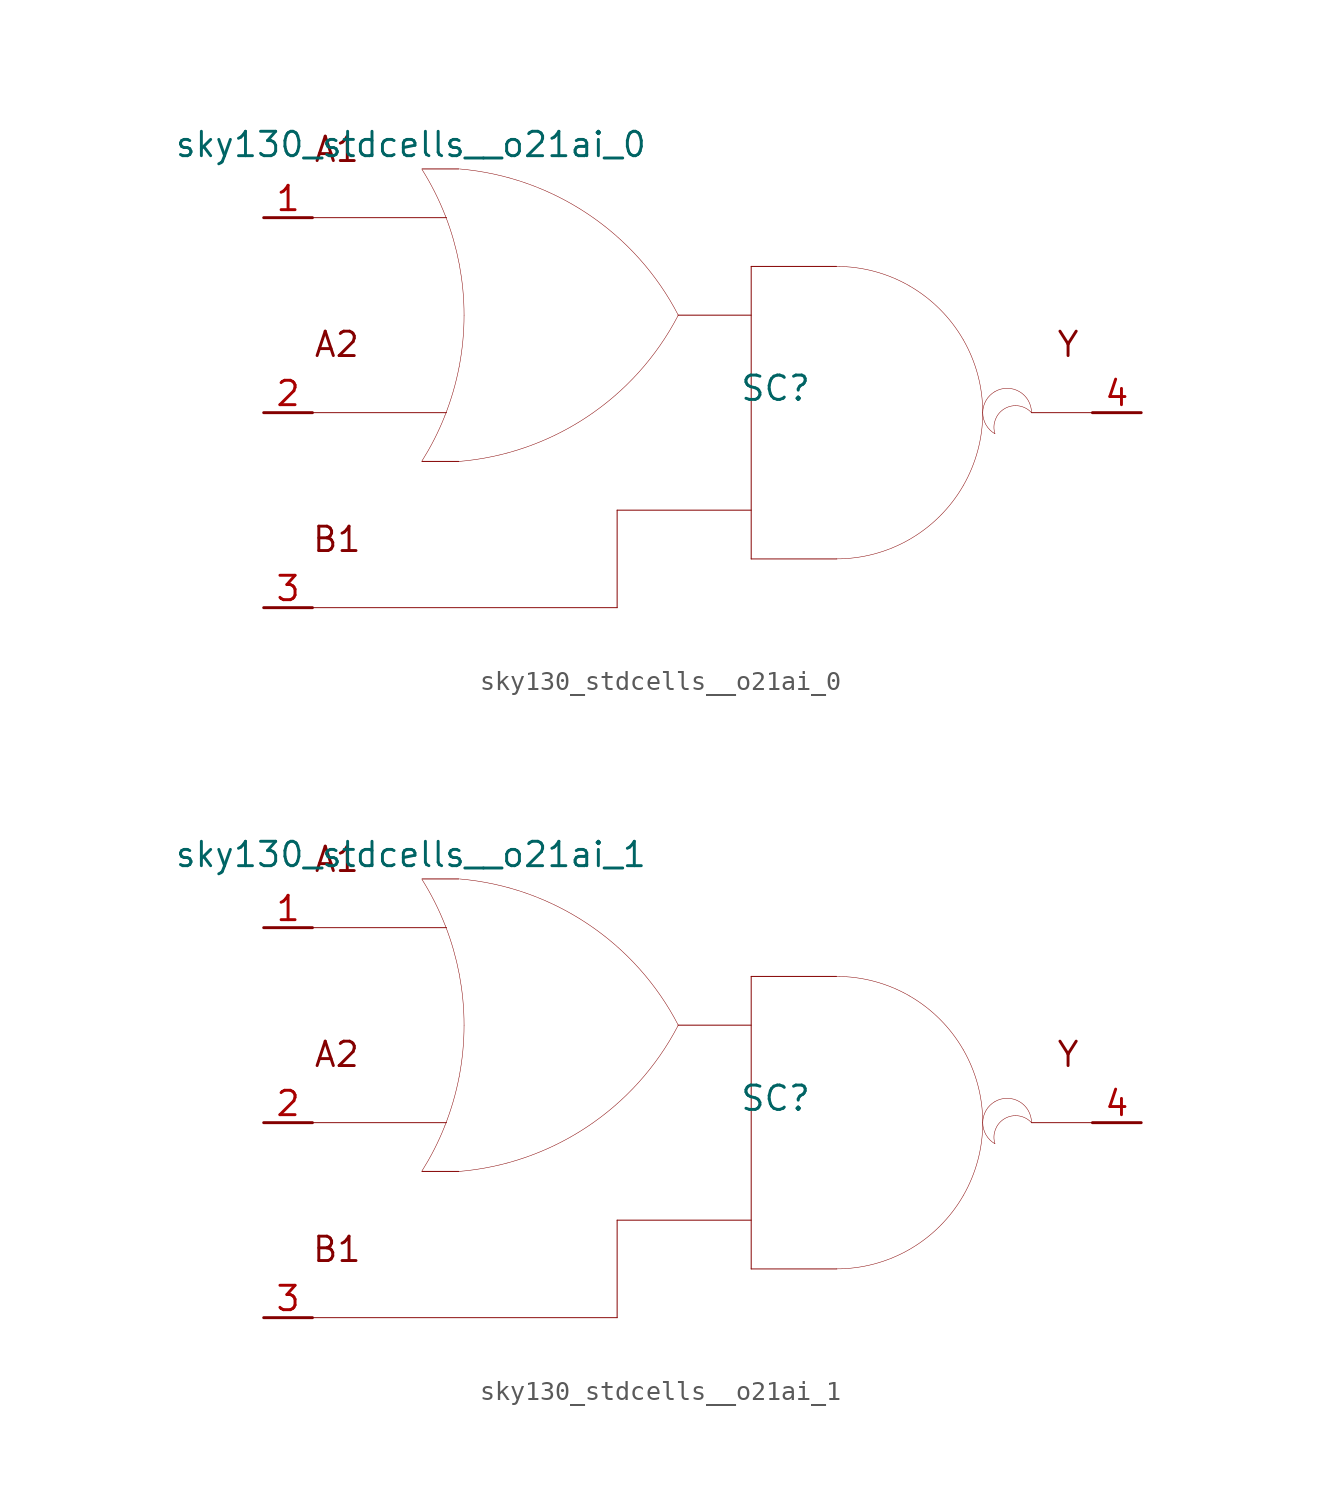
<source format=kicad_sym>
(kicad_symbol_lib
  (version 20211014)
  (generator kicad_symbol_editor)
  (symbol "sky130_stdcells__o21ai_0"
    (pin_names hide)
    (property "Reference" "SC"
      (at 3.81 1.27 0)
      (effects (font (size 1.27 1.27))))
    (property "Value" "sky130_stdcells__o21ai_0"
      (at -2.845 13.97 0)
      (effects (font (size 1.27 1.27)) (justify right)))
    (symbol "sky130_stdcells__o21ai_0_0_0"
      (arc (start -14.6255 -2.5342) (mid -13.968 -1.378) (end -13.4212 -0.1656) (stroke (width 0.0254) (type default) (color 0 0 0 0)) (fill (type none)))
      (arc (start -13.4212 -0.1656) (mid -12.9863 1.1045) (end -12.673 2.4099) (stroke (width 0.0254) (type default) (color 0 0 0 0)) (fill (type none)))
      (arc (start -13.403 10.2793) (mid -13.9512 11.5048) (end -14.6123 12.6732) (stroke (width 0.0254) (type default) (color 0 0 0 0)) (fill (type none)))
      (arc (start -12.705 -2.5431) (mid -6.011 -0.2186) (end -1.2741 5.0516) (stroke (width 0.0254) (type default) (color 0 0 0 0)) (fill (type none)))
      (arc (start -12.673 2.4099) (mid -12.4838 3.739) (end -12.4206 5.08) (stroke (width 0.0254) (type default) (color 0 0 0 0)) (fill (type none)))
      (arc (start -12.6684 7.7256) (mid -12.9761 9.0196) (end -13.403 10.2793) (stroke (width 0.0254) (type default) (color 0 0 0 0)) (fill (type none)))
      (arc (start -12.4206 5.08) (mid -12.4827 6.4086) (end -12.6684 7.7256) (stroke (width 0.0254) (type default) (color 0 0 0 0)) (fill (type none)))
      (arc (start -1.2513 5.0644) (mid -5.9698 10.351) (end -12.6556 12.6989) (stroke (width 0.0254) (type default) (color 0 0 0 0)) (fill (type none)))
      (polyline (pts (xy -20.32 -10.16) (xy -4.445 -10.16)) (stroke (width 0.051) (type default) (color 0 0 0 0)) (fill (type none)))
      (polyline (pts (xy -20.32 0) (xy -13.335 0)) (stroke (width 0.051) (type default) (color 0 0 0 0)) (fill (type none)))
      (polyline (pts (xy -20.32 10.16) (xy -13.335 10.16)) (stroke (width 0.051) (type default) (color 0 0 0 0)) (fill (type none)))
      (polyline (pts (xy -14.605 -2.54) (xy -12.7 -2.54)) (stroke (width 0.051) (type default) (color 0 0 0 0)) (fill (type none)))
      (polyline (pts (xy -14.605 12.7) (xy -12.7 12.7)) (stroke (width 0.051) (type default) (color 0 0 0 0)) (fill (type none)))
      (polyline (pts (xy -4.445 -5.08) (xy -4.445 -10.16)) (stroke (width 0.051) (type default) (color 0 0 0 0)) (fill (type none)))
      (polyline (pts (xy -4.445 -5.08) (xy 2.54 -5.08)) (stroke (width 0.051) (type default) (color 0 0 0 0)) (fill (type none)))
      (polyline (pts (xy -1.27 5.08) (xy 2.54 5.08)) (stroke (width 0.051) (type default) (color 0 0 0 0)) (fill (type none)))
      (polyline (pts (xy 2.54 -7.62) (xy 6.985 -7.62)) (stroke (width 0.051) (type default) (color 0 0 0 0)) (fill (type none)))
      (polyline (pts (xy 2.54 7.62) (xy 2.54 -7.62)) (stroke (width 0.051) (type default) (color 0 0 0 0)) (fill (type none)))
      (polyline (pts (xy 2.54 7.62) (xy 6.985 7.62)) (stroke (width 0.051) (type default) (color 0 0 0 0)) (fill (type none)))
      (polyline (pts (xy 17.145 0) (xy 20.32 0)) (stroke (width 0.051) (type default) (color 0 0 0 0)) (fill (type none)))
      (arc (start 6.985 -7.62) (mid 8.9572 -7.3604) (end 10.795 -6.5991) (stroke (width 0.0254) (type default) (color 0 0 0 0)) (fill (type none)))
      (arc (start 10.795 -6.5991) (mid 12.3731 -5.3881) (end 13.5841 -3.81) (stroke (width 0.0254) (type default) (color 0 0 0 0)) (fill (type none)))
      (arc (start 10.795 6.5991) (mid 8.9572 7.3603) (end 6.985 7.62) (stroke (width 0.0254) (type default) (color 0 0 0 0)) (fill (type none)))
      (arc (start 13.5841 -3.81) (mid 14.3453 -1.9722) (end 14.605 0) (stroke (width 0.0254) (type default) (color 0 0 0 0)) (fill (type none)))
      (arc (start 13.5841 3.81) (mid 12.3731 5.3881) (end 10.795 6.5991) (stroke (width 0.0254) (type default) (color 0 0 0 0)) (fill (type none)))
      (arc (start 14.605 0) (mid 14.3454 1.9722) (end 13.5841 3.81) (stroke (width 0.0254) (type default) (color 0 0 0 0)) (fill (type none)))
      (arc (start 15.24 1.0999) (mid 14.605 0) (end 15.24 -1.0999) (stroke (width 0.0254) (type default) (color 0 0 0 0)) (fill (type none)))
      (arc (start 17.145 0) (mid 15.2881 0.4743) (end 15.24 -1.0999) (stroke (width 0.0254) (type default) (color 0 0 0 0)) (fill (type none)))
      (arc (start 17.145 0) (mid 16.51 1.0998) (end 15.24 1.0999) (stroke (width 0.0254) (type default) (color 0 0 0 0)) (fill (type none)))
      (text "A1" (at -19.05 13.716 0) (effects (font (size 1.27 1.27))))
      (text "A2" (at -19.05 3.556 0) (effects (font (size 1.27 1.27))))
      (text "B1" (at -19.05 -6.604 0) (effects (font (size 1.27 1.27))))
      (text "Y" (at 19.05 3.556 0) (effects (font (size 1.27 1.27)))))
    (symbol "sky130_stdcells__o21ai_0_1_1"
      (pin input line (at -22.86 10.16 0) (length 2.54) (name "A1" (effects (font (size 1.092 1.092)))) (number "1" (effects (font (size 1.27 1.27)))))
      (pin input line (at -22.86 0 0) (length 2.54) (name "A2" (effects (font (size 1.092 1.092)))) (number "2" (effects (font (size 1.27 1.27)))))
      (pin input line (at -22.86 -10.16 0) (length 2.54) (name "B1" (effects (font (size 1.092 1.092)))) (number "3" (effects (font (size 1.27 1.27)))))
      (pin output line (at 22.86 0 180) (length 2.54) (name "Y" (effects (font (size 1.092 1.092)))) (number "4" (effects (font (size 1.27 1.27)))))))
  (symbol "sky130_stdcells__o21ai_1"
    (pin_names hide)
    (property "Reference" "SC"
      (at 3.81 1.27 0)
      (effects (font (size 1.27 1.27))))
    (property "Value" "sky130_stdcells__o21ai_1"
      (at -2.845 13.97 0)
      (effects (font (size 1.27 1.27)) (justify right)))
    (symbol "sky130_stdcells__o21ai_1_0_0"
      (arc (start -14.6255 -2.5342) (mid -13.968 -1.378) (end -13.4212 -0.1656) (stroke (width 0.0254) (type default) (color 0 0 0 0)) (fill (type none)))
      (arc (start -13.4212 -0.1656) (mid -12.9863 1.1045) (end -12.673 2.4099) (stroke (width 0.0254) (type default) (color 0 0 0 0)) (fill (type none)))
      (arc (start -13.403 10.2793) (mid -13.9512 11.5048) (end -14.6123 12.6732) (stroke (width 0.0254) (type default) (color 0 0 0 0)) (fill (type none)))
      (arc (start -12.705 -2.5431) (mid -6.011 -0.2186) (end -1.2741 5.0516) (stroke (width 0.0254) (type default) (color 0 0 0 0)) (fill (type none)))
      (arc (start -12.673 2.4099) (mid -12.4838 3.739) (end -12.4206 5.08) (stroke (width 0.0254) (type default) (color 0 0 0 0)) (fill (type none)))
      (arc (start -12.6684 7.7256) (mid -12.9761 9.0196) (end -13.403 10.2793) (stroke (width 0.0254) (type default) (color 0 0 0 0)) (fill (type none)))
      (arc (start -12.4206 5.08) (mid -12.4827 6.4086) (end -12.6684 7.7256) (stroke (width 0.0254) (type default) (color 0 0 0 0)) (fill (type none)))
      (arc (start -1.2513 5.0644) (mid -5.9698 10.351) (end -12.6556 12.6989) (stroke (width 0.0254) (type default) (color 0 0 0 0)) (fill (type none)))
      (polyline (pts (xy -20.32 -10.16) (xy -4.445 -10.16)) (stroke (width 0.051) (type default) (color 0 0 0 0)) (fill (type none)))
      (polyline (pts (xy -20.32 0) (xy -13.335 0)) (stroke (width 0.051) (type default) (color 0 0 0 0)) (fill (type none)))
      (polyline (pts (xy -20.32 10.16) (xy -13.335 10.16)) (stroke (width 0.051) (type default) (color 0 0 0 0)) (fill (type none)))
      (polyline (pts (xy -14.605 -2.54) (xy -12.7 -2.54)) (stroke (width 0.051) (type default) (color 0 0 0 0)) (fill (type none)))
      (polyline (pts (xy -14.605 12.7) (xy -12.7 12.7)) (stroke (width 0.051) (type default) (color 0 0 0 0)) (fill (type none)))
      (polyline (pts (xy -4.445 -5.08) (xy -4.445 -10.16)) (stroke (width 0.051) (type default) (color 0 0 0 0)) (fill (type none)))
      (polyline (pts (xy -4.445 -5.08) (xy 2.54 -5.08)) (stroke (width 0.051) (type default) (color 0 0 0 0)) (fill (type none)))
      (polyline (pts (xy -1.27 5.08) (xy 2.54 5.08)) (stroke (width 0.051) (type default) (color 0 0 0 0)) (fill (type none)))
      (polyline (pts (xy 2.54 -7.62) (xy 6.985 -7.62)) (stroke (width 0.051) (type default) (color 0 0 0 0)) (fill (type none)))
      (polyline (pts (xy 2.54 7.62) (xy 2.54 -7.62)) (stroke (width 0.051) (type default) (color 0 0 0 0)) (fill (type none)))
      (polyline (pts (xy 2.54 7.62) (xy 6.985 7.62)) (stroke (width 0.051) (type default) (color 0 0 0 0)) (fill (type none)))
      (polyline (pts (xy 17.145 0) (xy 20.32 0)) (stroke (width 0.051) (type default) (color 0 0 0 0)) (fill (type none)))
      (arc (start 6.985 -7.62) (mid 8.9572 -7.3604) (end 10.795 -6.5991) (stroke (width 0.0254) (type default) (color 0 0 0 0)) (fill (type none)))
      (arc (start 10.795 -6.5991) (mid 12.3731 -5.3881) (end 13.5841 -3.81) (stroke (width 0.0254) (type default) (color 0 0 0 0)) (fill (type none)))
      (arc (start 10.795 6.5991) (mid 8.9572 7.3603) (end 6.985 7.62) (stroke (width 0.0254) (type default) (color 0 0 0 0)) (fill (type none)))
      (arc (start 13.5841 -3.81) (mid 14.3453 -1.9722) (end 14.605 0) (stroke (width 0.0254) (type default) (color 0 0 0 0)) (fill (type none)))
      (arc (start 13.5841 3.81) (mid 12.3731 5.3881) (end 10.795 6.5991) (stroke (width 0.0254) (type default) (color 0 0 0 0)) (fill (type none)))
      (arc (start 14.605 0) (mid 14.3454 1.9722) (end 13.5841 3.81) (stroke (width 0.0254) (type default) (color 0 0 0 0)) (fill (type none)))
      (arc (start 15.24 1.0999) (mid 14.605 0) (end 15.24 -1.0999) (stroke (width 0.0254) (type default) (color 0 0 0 0)) (fill (type none)))
      (arc (start 17.145 0) (mid 15.2881 0.4743) (end 15.24 -1.0999) (stroke (width 0.0254) (type default) (color 0 0 0 0)) (fill (type none)))
      (arc (start 17.145 0) (mid 16.51 1.0998) (end 15.24 1.0999) (stroke (width 0.0254) (type default) (color 0 0 0 0)) (fill (type none)))
      (text "A1" (at -19.05 13.716 0) (effects (font (size 1.27 1.27))))
      (text "A2" (at -19.05 3.556 0) (effects (font (size 1.27 1.27))))
      (text "B1" (at -19.05 -6.604 0) (effects (font (size 1.27 1.27))))
      (text "Y" (at 19.05 3.556 0) (effects (font (size 1.27 1.27)))))
    (symbol "sky130_stdcells__o21ai_1_1_1"
      (pin input line (at -22.86 10.16 0) (length 2.54) (name "A1" (effects (font (size 1.092 1.092)))) (number "1" (effects (font (size 1.27 1.27)))))
      (pin input line (at -22.86 0 0) (length 2.54) (name "A2" (effects (font (size 1.092 1.092)))) (number "2" (effects (font (size 1.27 1.27)))))
      (pin input line (at -22.86 -10.16 0) (length 2.54) (name "B1" (effects (font (size 1.092 1.092)))) (number "3" (effects (font (size 1.27 1.27)))))
      (pin output line (at 22.86 0 180) (length 2.54) (name "Y" (effects (font (size 1.092 1.092)))) (number "4" (effects (font (size 1.27 1.27))))))))
</source>
